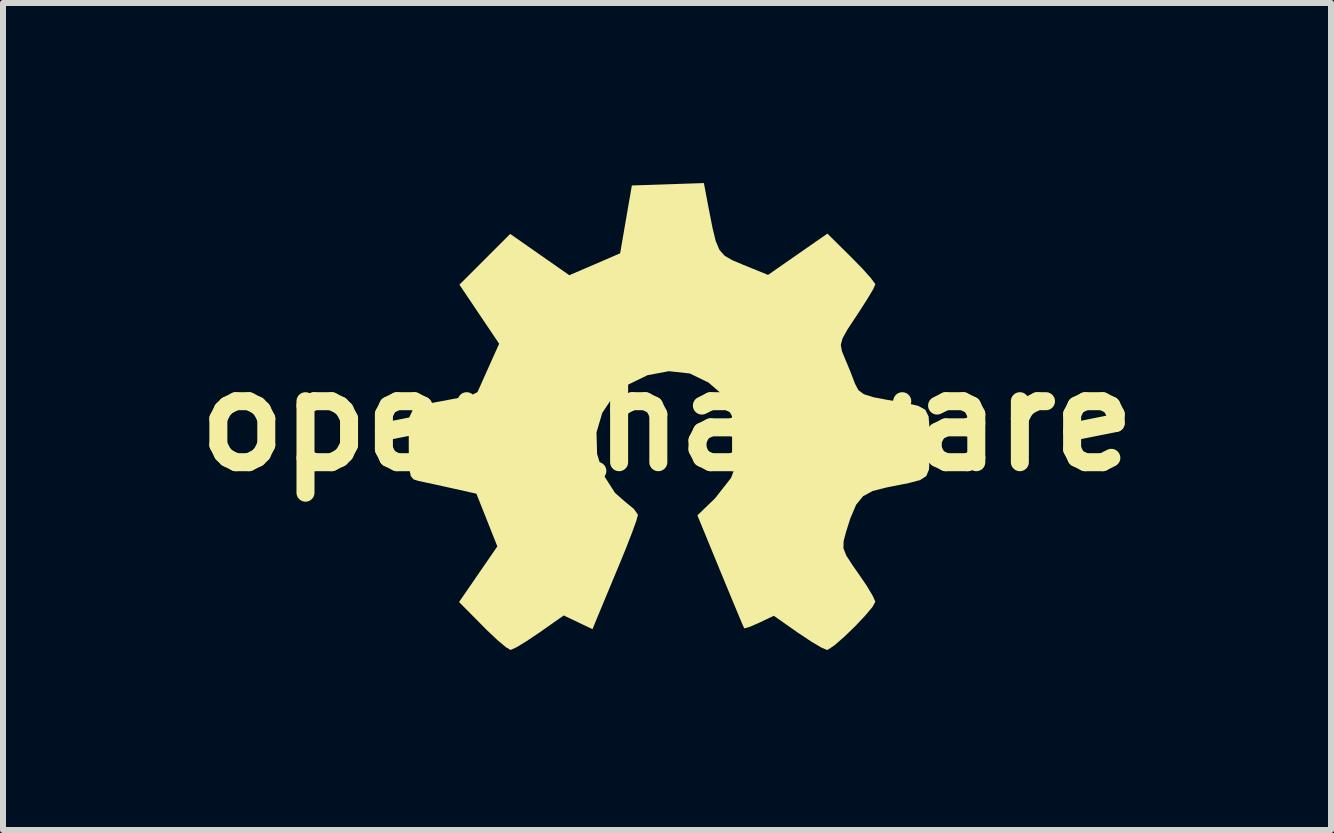
<source format=kicad_pcb>
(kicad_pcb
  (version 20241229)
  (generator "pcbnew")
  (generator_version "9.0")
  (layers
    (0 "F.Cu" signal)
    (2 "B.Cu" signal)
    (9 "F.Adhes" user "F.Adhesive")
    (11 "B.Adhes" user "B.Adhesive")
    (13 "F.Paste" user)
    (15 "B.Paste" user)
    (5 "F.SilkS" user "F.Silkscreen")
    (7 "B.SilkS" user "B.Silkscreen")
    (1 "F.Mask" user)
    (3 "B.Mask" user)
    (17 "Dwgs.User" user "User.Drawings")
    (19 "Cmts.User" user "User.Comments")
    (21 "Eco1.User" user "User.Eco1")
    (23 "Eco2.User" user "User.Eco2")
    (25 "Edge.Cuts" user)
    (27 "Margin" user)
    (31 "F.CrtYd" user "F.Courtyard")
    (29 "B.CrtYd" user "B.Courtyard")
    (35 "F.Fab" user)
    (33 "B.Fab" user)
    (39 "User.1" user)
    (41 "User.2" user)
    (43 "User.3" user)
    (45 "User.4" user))
  (footprint "open_harware"
    (layer "F.Cu")
    (at 8.063 3.961)
    (property "Reference" "open_harware" (at 0 0 0) (layer "F.SilkS") (effects (font (size 1.524 1.524) (thickness 0.3))))
    (attr board_only exclude_from_pos_files exclude_from_bom)
    (fp_poly (pts (xy 0.69 -3.559) (xy 0.756 -3.223) (xy 0.811 -2.995) (xy 0.874 -2.846) (xy 0.961 -2.749) (xy 1.089 -2.675) (xy 1.275 -2.597) (xy 1.275 -2.597) (xy 1.683 -2.431) (xy 2.177 -2.775) (xy 2.672 -3.119) (xy 3.071 -2.724) (xy 3.257 -2.534) (xy 3.396 -2.378) (xy 3.466 -2.284) (xy 3.47 -2.273) (xy 3.434 -2.192) (xy 3.337 -2.029) (xy 3.2 -1.815) (xy 3.161 -1.756) (xy 3.009 -1.526) (xy 2.924 -1.374) (xy 2.895 -1.265) (xy 2.913 -1.163) (xy 2.96 -1.047) (xy 3.051 -0.829) (xy 3.128 -0.629) (xy 3.134 -0.614) (xy 3.188 -0.511) (xy 3.279 -0.443) (xy 3.443 -0.392) (xy 3.665 -0.35) (xy 3.981 -0.297) (xy 4.186 -0.249) (xy 4.304 -0.183) (xy 4.358 -0.072) (xy 4.372 0.108) (xy 4.372 0.379) (xy 4.374 0.64) (xy 4.364 0.812) (xy 4.32 0.92) (xy 4.217 0.987) (xy 4.032 1.036) (xy 3.741 1.094) (xy 3.66 1.11) (xy 3.427 1.169) (xy 3.266 1.256) (xy 3.15 1.399) (xy 3.053 1.628) (xy 2.983 1.849) (xy 2.942 2.005) (xy 2.939 2.123) (xy 2.987 2.246) (xy 3.099 2.418) (xy 3.183 2.537) (xy 3.326 2.746) (xy 3.428 2.917) (xy 3.47 3.013) (xy 3.47 3.015) (xy 3.422 3.102) (xy 3.3 3.247) (xy 3.135 3.422) (xy 2.956 3.595) (xy 2.796 3.735) (xy 2.685 3.811) (xy 2.664 3.817) (xy 2.574 3.779) (xy 2.408 3.681) (xy 2.199 3.542) (xy 2.185 3.533) (xy 1.779 3.248) (xy 1.54 3.362) (xy 1.384 3.43) (xy 1.293 3.457) (xy 1.286 3.456) (xy 1.255 3.388) (xy 1.182 3.214) (xy 1.076 2.959) (xy 0.946 2.646) (xy 0.888 2.505) (xy 0.506 1.575) (xy 0.801 1.29) (xy 1.066 0.952) (xy 1.205 0.585) (xy 1.218 0.209) (xy 1.108 -0.152) (xy 0.874 -0.479) (xy 0.692 -0.637) (xy 0.379 -0.789) (xy 0.03 -0.827) (xy -0.326 -0.76) (xy -0.658 -0.598) (xy -0.936 -0.347) (xy -1.079 -0.132) (xy -1.175 0.194) (xy -1.165 0.553) (xy -1.058 0.902) (xy -0.866 1.201) (xy -0.69 1.356) (xy -0.553 1.467) (xy -0.487 1.561) (xy -0.486 1.571) (xy -0.511 1.664) (xy -0.58 1.855) (xy -0.68 2.113) (xy -0.77 2.334) (xy -0.899 2.644) (xy -1.018 2.93) (xy -1.11 3.152) (xy -1.149 3.245) (xy -1.242 3.471) (xy -1.482 3.357) (xy -1.721 3.243) (xy -2.13 3.53) (xy -2.34 3.671) (xy -2.51 3.774) (xy -2.604 3.817) (xy -2.608 3.817) (xy -2.685 3.771) (xy -2.831 3.648) (xy -3.017 3.472) (xy -3.07 3.418) (xy -3.465 3.019) (xy -2.827 2.092) (xy -3.176 1.214) (xy -3.583 1.123) (xy -3.832 1.068) (xy -4.046 1.022) (xy -4.147 1) (xy -4.223 0.976) (xy -4.269 0.921) (xy -4.293 0.805) (xy -4.302 0.601) (xy -4.303 0.385) (xy -4.303 0.11) (xy -4.289 -0.07) (xy -4.236 -0.18) (xy -4.12 -0.247) (xy -3.916 -0.298) (xy -3.618 -0.354) (xy -3.176 -0.438) (xy -2.987 -0.861) (xy -2.797 -1.284) (xy -3.128 -1.776) (xy -3.459 -2.268) (xy -2.613 -3.114) (xy -2.121 -2.77) (xy -1.628 -2.426) (xy -1.204 -2.608) (xy -0.781 -2.791) (xy -0.684 -3.356) (xy -0.586 -3.921) (xy 0.614 -3.961)) (stroke (width 0) (type solid)) (fill yes) (layer "F.SilkS")))
  (gr_rect
    (start -3 -3)
    (end 19.125 10.778)
    (stroke (width 0.1) (type default))
    (fill no)
    (layer "Edge.Cuts")))
</source>
